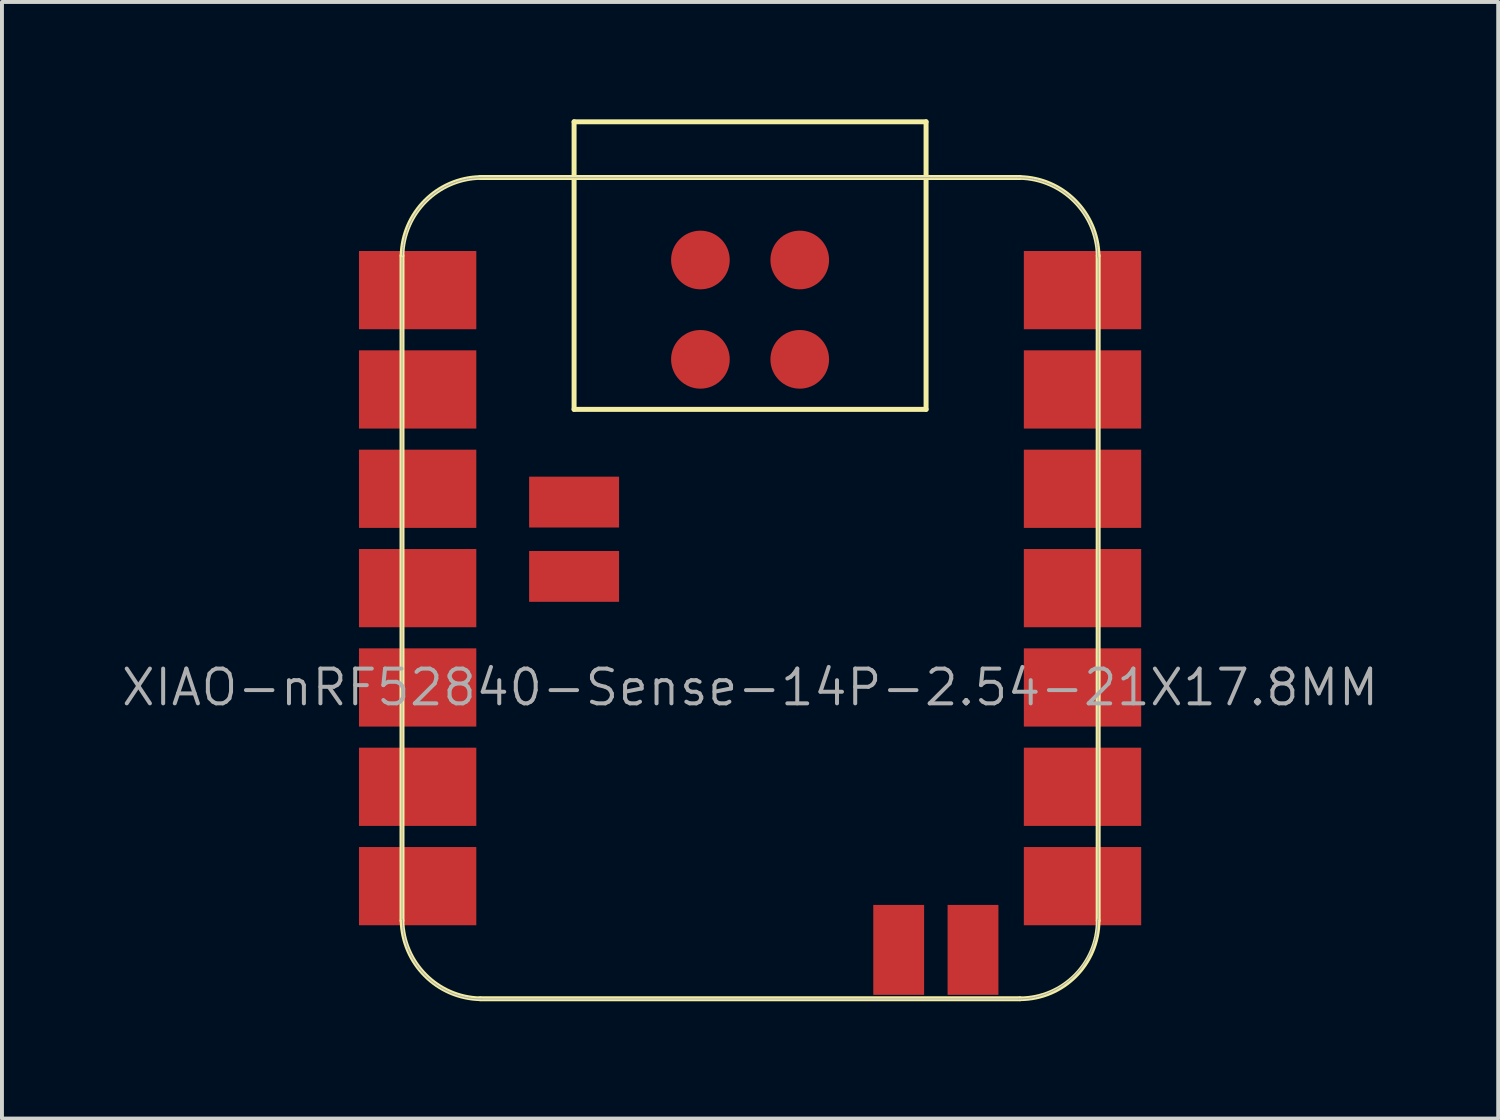
<source format=kicad_pcb>
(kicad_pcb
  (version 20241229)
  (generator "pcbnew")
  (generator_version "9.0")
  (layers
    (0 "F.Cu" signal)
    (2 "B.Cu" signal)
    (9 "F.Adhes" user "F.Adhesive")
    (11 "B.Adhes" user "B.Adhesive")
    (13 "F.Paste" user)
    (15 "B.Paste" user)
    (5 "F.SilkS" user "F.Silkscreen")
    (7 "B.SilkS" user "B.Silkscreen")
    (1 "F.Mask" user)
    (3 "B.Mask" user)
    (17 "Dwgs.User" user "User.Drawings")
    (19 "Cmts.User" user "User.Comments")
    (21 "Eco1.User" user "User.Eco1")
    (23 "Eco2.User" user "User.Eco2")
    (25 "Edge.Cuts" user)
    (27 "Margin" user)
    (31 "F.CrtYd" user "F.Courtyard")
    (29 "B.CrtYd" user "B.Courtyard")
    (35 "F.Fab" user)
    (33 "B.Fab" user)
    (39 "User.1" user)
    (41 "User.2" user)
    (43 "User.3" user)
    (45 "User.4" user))
  (footprint "XIAO-nRF52840-Sense-14P-2.54-21X17.8MM"
    (layer "F.Cu")
    (at 16.129 11.988)
    (property "Reference" "XIAO-nRF52840-Sense-14P-2.54-21X17.8MM" (at 0 2.54 180) (layer "F.Fab") (effects (font (size 0.889 0.889) (thickness 0.102))))
    (attr smd exclude_from_bom)
    (fp_line (start -8.9 -8.5) (end -8.9 8.5) (stroke (width 0.127) (type solid)) (layer "F.SilkS"))
    (fp_line (start -6.9 10.5) (end 6.9 10.5) (stroke (width 0.127) (type solid)) (layer "F.SilkS"))
    (fp_line (start -4.5 -11.924) (end 4.5 -11.924) (stroke (width 0.127) (type solid)) (layer "F.SilkS"))
    (fp_line (start -4.5 -4.571) (end -4.5 -11.924) (stroke (width 0.127) (type solid)) (layer "F.SilkS"))
    (fp_line (start 4.5 -11.924) (end 4.5 -4.571) (stroke (width 0.127) (type solid)) (layer "F.SilkS"))
    (fp_line (start 4.5 -4.571) (end -4.5 -4.571) (stroke (width 0.127) (type solid)) (layer "F.SilkS"))
    (fp_line (start 6.9 -10.499) (end -6.9 -10.499) (stroke (width 0.127) (type solid)) (layer "F.SilkS"))
    (fp_line (start 8.9 8.5) (end 8.9 -8.5) (stroke (width 0.127) (type solid)) (layer "F.SilkS"))
    (fp_arc (start -8.9 -8.5) (mid -8.301491 -9.901495) (end -6.899998 -10.500006) (stroke (width 0.12) (type solid)) (layer "F.SilkS"))
    (fp_arc (start -6.900001 10.499999) (mid -8.301423 9.901422) (end -8.900002 8.5) (stroke (width 0.12) (type solid)) (layer "F.SilkS"))
    (fp_arc (start 6.900001 -10.499999) (mid 8.301494 -9.901493) (end 8.900002 -8.5) (stroke (width 0.12) (type solid)) (layer "F.SilkS"))
    (fp_arc (start 8.9 8.5) (mid 8.31421 9.914211) (end 6.899998 10.500006) (stroke (width 0.12) (type solid)) (layer "F.SilkS"))
    (fp_poly (pts (xy -8.888 -8.562) (xy -8.885 -8.61) (xy -8.881 -8.659)) (stroke (width 0.025) (type solid)) (fill no) (layer "F.SilkS"))
    (fp_poly (pts (xy 8.889 8.522) (xy 8.888 8.571) (xy 8.885 8.62) (xy 8.881 8.669) (xy 8.875 8.717) (xy 8.869 8.766) (xy 8.861 8.815) (xy 8.852 8.863) (xy 8.842 8.911)) (stroke (width 0.025) (type solid)) (fill no) (layer "F.SilkS"))
    (fp_line (start -8.9 -8.463) (end -8.9 8.473) (stroke (width 0.025) (type solid)) (layer "F.Fab"))
    (fp_line (start -8.89 8.473) (end -8.889 8.522) (stroke (width 0.025) (type solid)) (layer "F.Fab"))
    (fp_line (start -8.889 8.522) (end -8.888 8.571) (stroke (width 0.025) (type solid)) (layer "F.Fab"))
    (fp_line (start -8.888 -8.562) (end -8.889 -8.512) (stroke (width 0.025) (type solid)) (layer "F.Fab"))
    (fp_line (start -8.888 8.571) (end -8.885 8.62) (stroke (width 0.025) (type solid)) (layer "F.Fab"))
    (fp_line (start -8.885 8.62) (end -8.881 8.669) (stroke (width 0.025) (type solid)) (layer "F.Fab"))
    (fp_line (start -8.885 -8.61) (end -8.888 -8.562) (stroke (width 0.025) (type solid)) (layer "F.Fab"))
    (fp_line (start -8.881 -8.659) (end -8.885 -8.61) (stroke (width 0.025) (type solid)) (layer "F.Fab"))
    (fp_line (start -8.881 8.669) (end -8.875 8.717) (stroke (width 0.025) (type solid)) (layer "F.Fab"))
    (fp_line (start -8.875 -8.708) (end -8.881 -8.659) (stroke (width 0.025) (type solid)) (layer "F.Fab"))
    (fp_line (start -8.875 8.717) (end -8.869 8.766) (stroke (width 0.025) (type solid)) (layer "F.Fab"))
    (fp_line (start -8.869 -8.757) (end -8.875 -8.708) (stroke (width 0.025) (type solid)) (layer "F.Fab"))
    (fp_line (start -8.869 8.766) (end -8.861 8.815) (stroke (width 0.025) (type solid)) (layer "F.Fab"))
    (fp_line (start -8.861 -8.806) (end -8.869 -8.757) (stroke (width 0.025) (type solid)) (layer "F.Fab"))
    (fp_line (start -8.861 8.815) (end -8.852 8.863) (stroke (width 0.025) (type solid)) (layer "F.Fab"))
    (fp_line (start -8.852 8.863) (end -8.842 8.911) (stroke (width 0.025) (type solid)) (layer "F.Fab"))
    (fp_line (start -8.852 -8.854) (end -8.861 -8.806) (stroke (width 0.025) (type solid)) (layer "F.Fab"))
    (fp_line (start -8.842 -8.902) (end -8.852 -8.854) (stroke (width 0.025) (type solid)) (layer "F.Fab"))
    (fp_line (start -8.842 8.911) (end -8.831 8.959) (stroke (width 0.025) (type solid)) (layer "F.Fab"))
    (fp_line (start -8.831 -8.95) (end -8.842 -8.902) (stroke (width 0.025) (type solid)) (layer "F.Fab"))
    (fp_line (start -8.831 8.959) (end -8.819 9.006) (stroke (width 0.025) (type solid)) (layer "F.Fab"))
    (fp_line (start -8.819 9.006) (end -8.805 9.054) (stroke (width 0.025) (type solid)) (layer "F.Fab"))
    (fp_line (start -8.819 -8.997) (end -8.831 -8.95) (stroke (width 0.025) (type solid)) (layer "F.Fab"))
    (fp_line (start -8.805 -9.045) (end -8.819 -8.997) (stroke (width 0.025) (type solid)) (layer "F.Fab"))
    (fp_line (start -8.805 9.054) (end -8.79 9.1) (stroke (width 0.025) (type solid)) (layer "F.Fab"))
    (fp_line (start -8.79 -9.091) (end -8.805 -9.045) (stroke (width 0.025) (type solid)) (layer "F.Fab"))
    (fp_line (start -8.79 9.1) (end -8.775 9.147) (stroke (width 0.025) (type solid)) (layer "F.Fab"))
    (fp_line (start -8.775 -9.138) (end -8.79 -9.091) (stroke (width 0.025) (type solid)) (layer "F.Fab"))
    (fp_line (start -8.775 9.147) (end -8.758 9.193) (stroke (width 0.025) (type solid)) (layer "F.Fab"))
    (fp_line (start -8.758 -9.184) (end -8.775 -9.138) (stroke (width 0.025) (type solid)) (layer "F.Fab"))
    (fp_line (start -8.758 9.193) (end -8.74 9.239) (stroke (width 0.025) (type solid)) (layer "F.Fab"))
    (fp_line (start -8.74 -9.23) (end -8.758 -9.184) (stroke (width 0.025) (type solid)) (layer "F.Fab"))
    (fp_line (start -8.74 9.239) (end -8.721 9.284) (stroke (width 0.025) (type solid)) (layer "F.Fab"))
    (fp_line (start -8.721 9.284) (end -8.701 9.329) (stroke (width 0.025) (type solid)) (layer "F.Fab"))
    (fp_line (start -8.721 -9.275) (end -8.74 -9.23) (stroke (width 0.025) (type solid)) (layer "F.Fab"))
    (fp_line (start -8.701 -9.32) (end -8.721 -9.275) (stroke (width 0.025) (type solid)) (layer "F.Fab"))
    (fp_line (start -8.701 9.329) (end -8.679 9.373) (stroke (width 0.025) (type solid)) (layer "F.Fab"))
    (fp_line (start -8.679 -9.364) (end -8.701 -9.32) (stroke (width 0.025) (type solid)) (layer "F.Fab"))
    (fp_line (start -8.679 9.373) (end -8.657 9.417) (stroke (width 0.025) (type solid)) (layer "F.Fab"))
    (fp_line (start -8.657 -9.408) (end -8.679 -9.364) (stroke (width 0.025) (type solid)) (layer "F.Fab"))
    (fp_line (start -8.657 9.417) (end -8.634 9.46) (stroke (width 0.025) (type solid)) (layer "F.Fab"))
    (fp_line (start -8.634 9.46) (end -8.61 9.503) (stroke (width 0.025) (type solid)) (layer "F.Fab"))
    (fp_line (start -8.634 -9.451) (end -8.657 -9.408) (stroke (width 0.025) (type solid)) (layer "F.Fab"))
    (fp_line (start -8.61 -9.494) (end -8.634 -9.451) (stroke (width 0.025) (type solid)) (layer "F.Fab"))
    (fp_line (start -8.61 9.503) (end -8.584 9.545) (stroke (width 0.025) (type solid)) (layer "F.Fab"))
    (fp_line (start -8.584 -9.536) (end -8.61 -9.494) (stroke (width 0.025) (type solid)) (layer "F.Fab"))
    (fp_line (start -8.584 9.545) (end -8.558 9.586) (stroke (width 0.025) (type solid)) (layer "F.Fab"))
    (fp_line (start -8.558 -9.577) (end -8.584 -9.536) (stroke (width 0.025) (type solid)) (layer "F.Fab"))
    (fp_line (start -8.558 9.586) (end -8.53 9.627) (stroke (width 0.025) (type solid)) (layer "F.Fab"))
    (fp_line (start -8.53 9.627) (end -8.502 9.667) (stroke (width 0.025) (type solid)) (layer "F.Fab"))
    (fp_line (start -8.53 -9.618) (end -8.558 -9.577) (stroke (width 0.025) (type solid)) (layer "F.Fab"))
    (fp_line (start -8.502 9.667) (end -8.473 9.706) (stroke (width 0.025) (type solid)) (layer "F.Fab"))
    (fp_line (start -8.502 -9.658) (end -8.53 -9.618) (stroke (width 0.025) (type solid)) (layer "F.Fab"))
    (fp_line (start -8.473 9.706) (end -8.442 9.745) (stroke (width 0.025) (type solid)) (layer "F.Fab"))
    (fp_line (start -8.473 -9.697) (end -8.502 -9.658) (stroke (width 0.025) (type solid)) (layer "F.Fab"))
    (fp_line (start -8.442 -9.736) (end -8.473 -9.697) (stroke (width 0.025) (type solid)) (layer "F.Fab"))
    (fp_line (start -8.442 9.745) (end -8.411 9.783) (stroke (width 0.025) (type solid)) (layer "F.Fab"))
    (fp_line (start -8.411 -9.774) (end -8.442 -9.736) (stroke (width 0.025) (type solid)) (layer "F.Fab"))
    (fp_line (start -8.411 9.783) (end -8.379 9.82) (stroke (width 0.025) (type solid)) (layer "F.Fab"))
    (fp_line (start -8.379 -9.811) (end -8.411 -9.774) (stroke (width 0.025) (type solid)) (layer "F.Fab"))
    (fp_line (start -8.379 9.82) (end -8.346 9.856) (stroke (width 0.025) (type solid)) (layer "F.Fab"))
    (fp_line (start -8.346 -9.847) (end -8.379 -9.811) (stroke (width 0.025) (type solid)) (layer "F.Fab"))
    (fp_line (start -8.346 9.856) (end -8.312 9.892) (stroke (width 0.025) (type solid)) (layer "F.Fab"))
    (fp_line (start -8.312 -9.883) (end -8.346 -9.847) (stroke (width 0.025) (type solid)) (layer "F.Fab"))
    (fp_line (start -8.312 9.892) (end -8.277 9.927) (stroke (width 0.025) (type solid)) (layer "F.Fab"))
    (fp_line (start -8.277 9.927) (end -8.242 9.96) (stroke (width 0.025) (type solid)) (layer "F.Fab"))
    (fp_line (start -8.277 -9.918) (end -8.312 -9.883) (stroke (width 0.025) (type solid)) (layer "F.Fab"))
    (fp_line (start -8.242 9.96) (end -8.205 9.994) (stroke (width 0.025) (type solid)) (layer "F.Fab"))
    (fp_line (start -8.242 -9.951) (end -8.277 -9.918) (stroke (width 0.025) (type solid)) (layer "F.Fab"))
    (fp_line (start -8.205 9.994) (end -8.168 10.026) (stroke (width 0.025) (type solid)) (layer "F.Fab"))
    (fp_line (start -8.205 -9.984) (end -8.242 -9.951) (stroke (width 0.025) (type solid)) (layer "F.Fab"))
    (fp_line (start -8.168 -10.017) (end -8.205 -9.984) (stroke (width 0.025) (type solid)) (layer "F.Fab"))
    (fp_line (start -8.168 10.026) (end -8.13 10.057) (stroke (width 0.025) (type solid)) (layer "F.Fab"))
    (fp_line (start -8.13 -10.048) (end -8.168 -10.017) (stroke (width 0.025) (type solid)) (layer "F.Fab"))
    (fp_line (start -8.13 10.057) (end -8.092 10.087) (stroke (width 0.025) (type solid)) (layer "F.Fab"))
    (fp_line (start -8.092 10.087) (end -8.052 10.116) (stroke (width 0.025) (type solid)) (layer "F.Fab"))
    (fp_line (start -8.092 -10.078) (end -8.13 -10.048) (stroke (width 0.025) (type solid)) (layer "F.Fab"))
    (fp_line (start -8.052 10.116) (end -8.012 10.145) (stroke (width 0.025) (type solid)) (layer "F.Fab"))
    (fp_line (start -8.052 -10.107) (end -8.092 -10.078) (stroke (width 0.025) (type solid)) (layer "F.Fab"))
    (fp_line (start -8.012 10.145) (end -7.972 10.172) (stroke (width 0.025) (type solid)) (layer "F.Fab"))
    (fp_line (start -8.012 -10.136) (end -8.052 -10.107) (stroke (width 0.025) (type solid)) (layer "F.Fab"))
    (fp_line (start -7.972 -10.163) (end -8.012 -10.136) (stroke (width 0.025) (type solid)) (layer "F.Fab"))
    (fp_line (start -7.972 10.172) (end -7.93 10.199) (stroke (width 0.025) (type solid)) (layer "F.Fab"))
    (fp_line (start -7.93 -10.19) (end -7.972 -10.163) (stroke (width 0.025) (type solid)) (layer "F.Fab"))
    (fp_line (start -7.93 10.199) (end -7.888 10.224) (stroke (width 0.025) (type solid)) (layer "F.Fab"))
    (fp_line (start -7.888 -10.215) (end -7.93 -10.19) (stroke (width 0.025) (type solid)) (layer "F.Fab"))
    (fp_line (start -7.888 10.224) (end -7.846 10.249) (stroke (width 0.025) (type solid)) (layer "F.Fab"))
    (fp_line (start -7.846 10.249) (end -7.802 10.272) (stroke (width 0.025) (type solid)) (layer "F.Fab"))
    (fp_line (start -7.846 -10.239) (end -7.888 -10.215) (stroke (width 0.025) (type solid)) (layer "F.Fab"))
    (fp_line (start -7.802 10.272) (end -7.759 10.294) (stroke (width 0.025) (type solid)) (layer "F.Fab"))
    (fp_line (start -7.802 -10.263) (end -7.846 -10.239) (stroke (width 0.025) (type solid)) (layer "F.Fab"))
    (fp_line (start -7.759 -10.285) (end -7.802 -10.263) (stroke (width 0.025) (type solid)) (layer "F.Fab"))
    (fp_line (start -7.759 10.294) (end -7.714 10.315) (stroke (width 0.025) (type solid)) (layer "F.Fab"))
    (fp_line (start -7.714 -10.306) (end -7.759 -10.285) (stroke (width 0.025) (type solid)) (layer "F.Fab"))
    (fp_line (start -7.714 10.315) (end -7.67 10.335) (stroke (width 0.025) (type solid)) (layer "F.Fab"))
    (fp_line (start -7.67 -10.326) (end -7.714 -10.306) (stroke (width 0.025) (type solid)) (layer "F.Fab"))
    (fp_line (start -7.67 10.335) (end -7.624 10.354) (stroke (width 0.025) (type solid)) (layer "F.Fab"))
    (fp_line (start -7.624 10.354) (end -7.579 10.372) (stroke (width 0.025) (type solid)) (layer "F.Fab"))
    (fp_line (start -7.624 -10.345) (end -7.67 -10.326) (stroke (width 0.025) (type solid)) (layer "F.Fab"))
    (fp_line (start -7.579 -10.363) (end -7.624 -10.345) (stroke (width 0.025) (type solid)) (layer "F.Fab"))
    (fp_line (start -7.579 10.372) (end -7.532 10.389) (stroke (width 0.025) (type solid)) (layer "F.Fab"))
    (fp_line (start -7.532 -10.38) (end -7.579 -10.363) (stroke (width 0.025) (type solid)) (layer "F.Fab"))
    (fp_line (start -7.532 10.389) (end -7.486 10.405) (stroke (width 0.025) (type solid)) (layer "F.Fab"))
    (fp_line (start -7.486 10.405) (end -7.439 10.42) (stroke (width 0.025) (type solid)) (layer "F.Fab"))
    (fp_line (start -7.486 -10.396) (end -7.532 -10.38) (stroke (width 0.025) (type solid)) (layer "F.Fab"))
    (fp_line (start -7.439 10.42) (end -7.392 10.433) (stroke (width 0.025) (type solid)) (layer "F.Fab"))
    (fp_line (start -7.439 -10.411) (end -7.486 -10.396) (stroke (width 0.025) (type solid)) (layer "F.Fab"))
    (fp_line (start -7.392 -10.424) (end -7.439 -10.411) (stroke (width 0.025) (type solid)) (layer "F.Fab"))
    (fp_line (start -7.392 10.433) (end -7.344 10.446) (stroke (width 0.025) (type solid)) (layer "F.Fab"))
    (fp_line (start -7.344 -10.436) (end -7.392 -10.424) (stroke (width 0.025) (type solid)) (layer "F.Fab"))
    (fp_line (start -7.344 10.446) (end -7.296 10.457) (stroke (width 0.025) (type solid)) (layer "F.Fab"))
    (fp_line (start -7.296 10.457) (end -7.248 10.467) (stroke (width 0.025) (type solid)) (layer "F.Fab"))
    (fp_line (start -7.296 -10.448) (end -7.344 -10.436) (stroke (width 0.025) (type solid)) (layer "F.Fab"))
    (fp_line (start -7.248 10.467) (end -7.2 10.476) (stroke (width 0.025) (type solid)) (layer "F.Fab"))
    (fp_line (start -7.248 -10.458) (end -7.296 -10.448) (stroke (width 0.025) (type solid)) (layer "F.Fab"))
    (fp_line (start -7.2 -10.466) (end -7.248 -10.458) (stroke (width 0.025) (type solid)) (layer "F.Fab"))
    (fp_line (start -7.2 10.476) (end -7.152 10.483) (stroke (width 0.025) (type solid)) (layer "F.Fab"))
    (fp_line (start -7.152 -10.474) (end -7.2 -10.466) (stroke (width 0.025) (type solid)) (layer "F.Fab"))
    (fp_line (start -7.152 10.483) (end -7.103 10.49) (stroke (width 0.025) (type solid)) (layer "F.Fab"))
    (fp_line (start -7.103 -10.481) (end -7.152 -10.474) (stroke (width 0.025) (type solid)) (layer "F.Fab"))
    (fp_line (start -7.103 10.49) (end -7.054 10.495) (stroke (width 0.025) (type solid)) (layer "F.Fab"))
    (fp_line (start -7.054 10.495) (end -7.005 10.499) (stroke (width 0.025) (type solid)) (layer "F.Fab"))
    (fp_line (start -7.054 -10.486) (end -7.103 -10.481) (stroke (width 0.025) (type solid)) (layer "F.Fab"))
    (fp_line (start -7.005 10.499) (end -6.956 10.502) (stroke (width 0.025) (type solid)) (layer "F.Fab"))
    (fp_line (start -7.005 -10.49) (end -7.054 -10.486) (stroke (width 0.025) (type solid)) (layer "F.Fab"))
    (fp_line (start -6.956 10.502) (end -6.907 10.504) (stroke (width 0.025) (type solid)) (layer "F.Fab"))
    (fp_line (start -6.956 -10.493) (end -7.005 -10.49) (stroke (width 0.025) (type solid)) (layer "F.Fab"))
    (fp_line (start -6.907 10.504) (end -6.858 10.505) (stroke (width 0.025) (type solid)) (layer "F.Fab"))
    (fp_line (start -6.907 -10.495) (end -6.956 -10.493) (stroke (width 0.025) (type solid)) (layer "F.Fab"))
    (fp_line (start -6.858 -10.495) (end -6.907 -10.495) (stroke (width 0.025) (type solid)) (layer "F.Fab"))
    (fp_line (start -6.858 10.505) (end 6.858 10.505) (stroke (width 0.025) (type solid)) (layer "F.Fab"))
    (fp_line (start 6.858 10.505) (end 6.907 10.504) (stroke (width 0.025) (type solid)) (layer "F.Fab"))
    (fp_line (start 6.858 -10.495) (end -6.858 -10.495) (stroke (width 0.025) (type solid)) (layer "F.Fab"))
    (fp_line (start 6.907 -10.495) (end 6.858 -10.495) (stroke (width 0.025) (type solid)) (layer "F.Fab"))
    (fp_line (start 6.907 10.504) (end 6.956 10.502) (stroke (width 0.025) (type solid)) (layer "F.Fab"))
    (fp_line (start 6.956 10.502) (end 7.005 10.499) (stroke (width 0.025) (type solid)) (layer "F.Fab"))
    (fp_line (start 6.956 -10.493) (end 6.907 -10.495) (stroke (width 0.025) (type solid)) (layer "F.Fab"))
    (fp_line (start 7.005 10.499) (end 7.054 10.495) (stroke (width 0.025) (type solid)) (layer "F.Fab"))
    (fp_line (start 7.005 -10.49) (end 6.956 -10.493) (stroke (width 0.025) (type solid)) (layer "F.Fab"))
    (fp_line (start 7.054 10.495) (end 7.103 10.49) (stroke (width 0.025) (type solid)) (layer "F.Fab"))
    (fp_line (start 7.054 -10.486) (end 7.005 -10.49) (stroke (width 0.025) (type solid)) (layer "F.Fab"))
    (fp_line (start 7.103 -10.481) (end 7.054 -10.486) (stroke (width 0.025) (type solid)) (layer "F.Fab"))
    (fp_line (start 7.103 10.49) (end 7.152 10.483) (stroke (width 0.025) (type solid)) (layer "F.Fab"))
    (fp_line (start 7.152 -10.474) (end 7.103 -10.481) (stroke (width 0.025) (type solid)) (layer "F.Fab"))
    (fp_line (start 7.152 10.483) (end 7.2 10.476) (stroke (width 0.025) (type solid)) (layer "F.Fab"))
    (fp_line (start 7.2 10.476) (end 7.248 10.467) (stroke (width 0.025) (type solid)) (layer "F.Fab"))
    (fp_line (start 7.2 -10.466) (end 7.152 -10.474) (stroke (width 0.025) (type solid)) (layer "F.Fab"))
    (fp_line (start 7.248 -10.458) (end 7.2 -10.466) (stroke (width 0.025) (type solid)) (layer "F.Fab"))
    (fp_line (start 7.248 10.467) (end 7.296 10.457) (stroke (width 0.025) (type solid)) (layer "F.Fab"))
    (fp_line (start 7.296 10.457) (end 7.344 10.446) (stroke (width 0.025) (type solid)) (layer "F.Fab"))
    (fp_line (start 7.296 -10.448) (end 7.248 -10.458) (stroke (width 0.025) (type solid)) (layer "F.Fab"))
    (fp_line (start 7.344 -10.436) (end 7.296 -10.448) (stroke (width 0.025) (type solid)) (layer "F.Fab"))
    (fp_line (start 7.344 10.446) (end 7.392 10.433) (stroke (width 0.025) (type solid)) (layer "F.Fab"))
    (fp_line (start 7.392 10.433) (end 7.439 10.42) (stroke (width 0.025) (type solid)) (layer "F.Fab"))
    (fp_line (start 7.392 -10.424) (end 7.344 -10.436) (stroke (width 0.025) (type solid)) (layer "F.Fab"))
    (fp_line (start 7.439 10.42) (end 7.486 10.405) (stroke (width 0.025) (type solid)) (layer "F.Fab"))
    (fp_line (start 7.439 -10.411) (end 7.392 -10.424) (stroke (width 0.025) (type solid)) (layer "F.Fab"))
    (fp_line (start 7.486 10.405) (end 7.532 10.389) (stroke (width 0.025) (type solid)) (layer "F.Fab"))
    (fp_line (start 7.486 -10.396) (end 7.439 -10.411) (stroke (width 0.025) (type solid)) (layer "F.Fab"))
    (fp_line (start 7.532 10.389) (end 7.579 10.372) (stroke (width 0.025) (type solid)) (layer "F.Fab"))
    (fp_line (start 7.532 -10.38) (end 7.486 -10.396) (stroke (width 0.025) (type solid)) (layer "F.Fab"))
    (fp_line (start 7.579 10.372) (end 7.624 10.354) (stroke (width 0.025) (type solid)) (layer "F.Fab"))
    (fp_line (start 7.579 -10.363) (end 7.532 -10.38) (stroke (width 0.025) (type solid)) (layer "F.Fab"))
    (fp_line (start 7.624 10.354) (end 7.67 10.335) (stroke (width 0.025) (type solid)) (layer "F.Fab"))
    (fp_line (start 7.624 -10.345) (end 7.579 -10.363) (stroke (width 0.025) (type solid)) (layer "F.Fab"))
    (fp_line (start 7.67 -10.326) (end 7.624 -10.345) (stroke (width 0.025) (type solid)) (layer "F.Fab"))
    (fp_line (start 7.67 10.335) (end 7.714 10.315) (stroke (width 0.025) (type solid)) (layer "F.Fab"))
    (fp_line (start 7.714 10.315) (end 7.759 10.294) (stroke (width 0.025) (type solid)) (layer "F.Fab"))
    (fp_line (start 7.714 -10.306) (end 7.67 -10.326) (stroke (width 0.025) (type solid)) (layer "F.Fab"))
    (fp_line (start 7.759 10.294) (end 7.802 10.272) (stroke (width 0.025) (type solid)) (layer "F.Fab"))
    (fp_line (start 7.759 -10.285) (end 7.714 -10.306) (stroke (width 0.025) (type solid)) (layer "F.Fab"))
    (fp_line (start 7.802 -10.263) (end 7.759 -10.285) (stroke (width 0.025) (type solid)) (layer "F.Fab"))
    (fp_line (start 7.802 10.272) (end 7.846 10.249) (stroke (width 0.025) (type solid)) (layer "F.Fab"))
    (fp_line (start 7.846 -10.239) (end 7.802 -10.263) (stroke (width 0.025) (type solid)) (layer "F.Fab"))
    (fp_line (start 7.846 10.249) (end 7.888 10.224) (stroke (width 0.025) (type solid)) (layer "F.Fab"))
    (fp_line (start 7.888 -10.215) (end 7.846 -10.239) (stroke (width 0.025) (type solid)) (layer "F.Fab"))
    (fp_line (start 7.888 10.224) (end 7.93 10.199) (stroke (width 0.025) (type solid)) (layer "F.Fab"))
    (fp_line (start 7.93 -10.19) (end 7.888 -10.215) (stroke (width 0.025) (type solid)) (layer "F.Fab"))
    (fp_line (start 7.93 10.199) (end 7.972 10.172) (stroke (width 0.025) (type solid)) (layer "F.Fab"))
    (fp_line (start 7.972 -10.163) (end 7.93 -10.19) (stroke (width 0.025) (type solid)) (layer "F.Fab"))
    (fp_line (start 7.972 10.172) (end 8.012 10.145) (stroke (width 0.025) (type solid)) (layer "F.Fab"))
    (fp_line (start 8.012 -10.136) (end 7.972 -10.163) (stroke (width 0.025) (type solid)) (layer "F.Fab"))
    (fp_line (start 8.012 10.145) (end 8.052 10.116) (stroke (width 0.025) (type solid)) (layer "F.Fab"))
    (fp_line (start 8.052 10.116) (end 8.092 10.087) (stroke (width 0.025) (type solid)) (layer "F.Fab"))
    (fp_line (start 8.052 -10.107) (end 8.012 -10.136) (stroke (width 0.025) (type solid)) (layer "F.Fab"))
    (fp_line (start 8.092 -10.078) (end 8.052 -10.107) (stroke (width 0.025) (type solid)) (layer "F.Fab"))
    (fp_line (start 8.092 10.087) (end 8.13 10.057) (stroke (width 0.025) (type solid)) (layer "F.Fab"))
    (fp_line (start 8.13 10.057) (end 8.168 10.026) (stroke (width 0.025) (type solid)) (layer "F.Fab"))
    (fp_line (start 8.13 -10.048) (end 8.092 -10.078) (stroke (width 0.025) (type solid)) (layer "F.Fab"))
    (fp_line (start 8.168 10.026) (end 8.205 9.993) (stroke (width 0.025) (type solid)) (layer "F.Fab"))
    (fp_line (start 8.168 -10.017) (end 8.13 -10.048) (stroke (width 0.025) (type solid)) (layer "F.Fab"))
    (fp_line (start 8.205 -9.984) (end 8.168 -10.017) (stroke (width 0.025) (type solid)) (layer "F.Fab"))
    (fp_line (start 8.205 9.993) (end 8.242 9.96) (stroke (width 0.025) (type solid)) (layer "F.Fab"))
    (fp_line (start 8.242 9.96) (end 8.277 9.927) (stroke (width 0.025) (type solid)) (layer "F.Fab"))
    (fp_line (start 8.242 -9.951) (end 8.205 -9.984) (stroke (width 0.025) (type solid)) (layer "F.Fab"))
    (fp_line (start 8.277 -9.918) (end 8.242 -9.951) (stroke (width 0.025) (type solid)) (layer "F.Fab"))
    (fp_line (start 8.277 9.927) (end 8.312 9.892) (stroke (width 0.025) (type solid)) (layer "F.Fab"))
    (fp_line (start 8.312 9.892) (end 8.346 9.856) (stroke (width 0.025) (type solid)) (layer "F.Fab"))
    (fp_line (start 8.312 -9.883) (end 8.277 -9.918) (stroke (width 0.025) (type solid)) (layer "F.Fab"))
    (fp_line (start 8.346 -9.847) (end 8.312 -9.883) (stroke (width 0.025) (type solid)) (layer "F.Fab"))
    (fp_line (start 8.346 9.856) (end 8.379 9.82) (stroke (width 0.025) (type solid)) (layer "F.Fab"))
    (fp_line (start 8.379 9.82) (end 8.411 9.783) (stroke (width 0.025) (type solid)) (layer "F.Fab"))
    (fp_line (start 8.379 -9.811) (end 8.346 -9.847) (stroke (width 0.025) (type solid)) (layer "F.Fab"))
    (fp_line (start 8.411 -9.774) (end 8.379 -9.811) (stroke (width 0.025) (type solid)) (layer "F.Fab"))
    (fp_line (start 8.411 9.783) (end 8.442 9.745) (stroke (width 0.025) (type solid)) (layer "F.Fab"))
    (fp_line (start 8.442 9.745) (end 8.473 9.706) (stroke (width 0.025) (type solid)) (layer "F.Fab"))
    (fp_line (start 8.442 -9.736) (end 8.411 -9.774) (stroke (width 0.025) (type solid)) (layer "F.Fab"))
    (fp_line (start 8.473 9.706) (end 8.502 9.667) (stroke (width 0.025) (type solid)) (layer "F.Fab"))
    (fp_line (start 8.473 -9.697) (end 8.442 -9.736) (stroke (width 0.025) (type solid)) (layer "F.Fab"))
    (fp_line (start 8.502 9.667) (end 8.53 9.627) (stroke (width 0.025) (type solid)) (layer "F.Fab"))
    (fp_line (start 8.502 -9.658) (end 8.473 -9.697) (stroke (width 0.025) (type solid)) (layer "F.Fab"))
    (fp_line (start 8.53 -9.618) (end 8.502 -9.658) (stroke (width 0.025) (type solid)) (layer "F.Fab"))
    (fp_line (start 8.53 9.627) (end 8.558 9.586) (stroke (width 0.025) (type solid)) (layer "F.Fab"))
    (fp_line (start 8.558 9.586) (end 8.584 9.545) (stroke (width 0.025) (type solid)) (layer "F.Fab"))
    (fp_line (start 8.558 -9.577) (end 8.53 -9.618) (stroke (width 0.025) (type solid)) (layer "F.Fab"))
    (fp_line (start 8.584 -9.536) (end 8.558 -9.577) (stroke (width 0.025) (type solid)) (layer "F.Fab"))
    (fp_line (start 8.584 9.545) (end 8.61 9.503) (stroke (width 0.025) (type solid)) (layer "F.Fab"))
    (fp_line (start 8.61 -9.494) (end 8.584 -9.536) (stroke (width 0.025) (type solid)) (layer "F.Fab"))
    (fp_line (start 8.61 9.503) (end 8.634 9.46) (stroke (width 0.025) (type solid)) (layer "F.Fab"))
    (fp_line (start 8.634 -9.451) (end 8.61 -9.494) (stroke (width 0.025) (type solid)) (layer "F.Fab"))
    (fp_line (start 8.634 9.46) (end 8.657 9.417) (stroke (width 0.025) (type solid)) (layer "F.Fab"))
    (fp_line (start 8.657 -9.408) (end 8.634 -9.451) (stroke (width 0.025) (type solid)) (layer "F.Fab"))
    (fp_line (start 8.657 9.417) (end 8.679 9.373) (stroke (width 0.025) (type solid)) (layer "F.Fab"))
    (fp_line (start 8.679 -9.364) (end 8.657 -9.408) (stroke (width 0.025) (type solid)) (layer "F.Fab"))
    (fp_line (start 8.679 9.373) (end 8.701 9.329) (stroke (width 0.025) (type solid)) (layer "F.Fab"))
    (fp_line (start 8.701 -9.32) (end 8.679 -9.364) (stroke (width 0.025) (type solid)) (layer "F.Fab"))
    (fp_line (start 8.701 9.329) (end 8.721 9.284) (stroke (width 0.025) (type solid)) (layer "F.Fab"))
    (fp_line (start 8.721 9.284) (end 8.74 9.239) (stroke (width 0.025) (type solid)) (layer "F.Fab"))
    (fp_line (start 8.721 -9.275) (end 8.701 -9.32) (stroke (width 0.025) (type solid)) (layer "F.Fab"))
    (fp_line (start 8.74 -9.23) (end 8.721 -9.275) (stroke (width 0.025) (type solid)) (layer "F.Fab"))
    (fp_line (start 8.74 9.239) (end 8.758 9.193) (stroke (width 0.025) (type solid)) (layer "F.Fab"))
    (fp_line (start 8.758 -9.184) (end 8.74 -9.23) (stroke (width 0.025) (type solid)) (layer "F.Fab"))
    (fp_line (start 8.758 9.193) (end 8.775 9.147) (stroke (width 0.025) (type solid)) (layer "F.Fab"))
    (fp_line (start 8.775 9.147) (end 8.79 9.1) (stroke (width 0.025) (type solid)) (layer "F.Fab"))
    (fp_line (start 8.775 -9.138) (end 8.758 -9.184) (stroke (width 0.025) (type solid)) (layer "F.Fab"))
    (fp_line (start 8.79 -9.091) (end 8.775 -9.138) (stroke (width 0.025) (type solid)) (layer "F.Fab"))
    (fp_line (start 8.79 9.1) (end 8.805 9.054) (stroke (width 0.025) (type solid)) (layer "F.Fab"))
    (fp_line (start 8.805 9.054) (end 8.819 9.006) (stroke (width 0.025) (type solid)) (layer "F.Fab"))
    (fp_line (start 8.805 -9.045) (end 8.79 -9.091) (stroke (width 0.025) (type solid)) (layer "F.Fab"))
    (fp_line (start 8.819 9.006) (end 8.831 8.959) (stroke (width 0.025) (type solid)) (layer "F.Fab"))
    (fp_line (start 8.819 -8.997) (end 8.805 -9.045) (stroke (width 0.025) (type solid)) (layer "F.Fab"))
    (fp_line (start 8.831 -8.95) (end 8.819 -8.997) (stroke (width 0.025) (type solid)) (layer "F.Fab"))
    (fp_line (start 8.831 8.959) (end 8.842 8.911) (stroke (width 0.025) (type solid)) (layer "F.Fab"))
    (fp_line (start 8.842 8.911) (end 8.852 8.863) (stroke (width 0.025) (type solid)) (layer "F.Fab"))
    (fp_line (start 8.842 -8.902) (end 8.831 -8.95) (stroke (width 0.025) (type solid)) (layer "F.Fab"))
    (fp_line (start 8.852 8.863) (end 8.861 8.815) (stroke (width 0.025) (type solid)) (layer "F.Fab"))
    (fp_line (start 8.852 -8.854) (end 8.842 -8.902) (stroke (width 0.025) (type solid)) (layer "F.Fab"))
    (fp_line (start 8.861 -8.806) (end 8.852 -8.854) (stroke (width 0.025) (type solid)) (layer "F.Fab"))
    (fp_line (start 8.861 8.815) (end 8.869 8.766) (stroke (width 0.025) (type solid)) (layer "F.Fab"))
    (fp_line (start 8.869 8.766) (end 8.875 8.717) (stroke (width 0.025) (type solid)) (layer "F.Fab"))
    (fp_line (start 8.869 -8.757) (end 8.861 -8.806) (stroke (width 0.025) (type solid)) (layer "F.Fab"))
    (fp_line (start 8.875 -8.708) (end 8.869 -8.757) (stroke (width 0.025) (type solid)) (layer "F.Fab"))
    (fp_line (start 8.875 8.717) (end 8.881 8.669) (stroke (width 0.025) (type solid)) (layer "F.Fab"))
    (fp_line (start 8.881 8.669) (end 8.885 8.62) (stroke (width 0.025) (type solid)) (layer "F.Fab"))
    (fp_line (start 8.881 -8.659) (end 8.875 -8.708) (stroke (width 0.025) (type solid)) (layer "F.Fab"))
    (fp_line (start 8.885 -8.61) (end 8.881 -8.659) (stroke (width 0.025) (type solid)) (layer "F.Fab"))
    (fp_line (start 8.885 8.62) (end 8.888 8.571) (stroke (width 0.025) (type solid)) (layer "F.Fab"))
    (fp_line (start 8.888 -8.562) (end 8.885 -8.61) (stroke (width 0.025) (type solid)) (layer "F.Fab"))
    (fp_line (start 8.888 8.571) (end 8.889 8.522) (stroke (width 0.025) (type solid)) (layer "F.Fab"))
    (fp_line (start 8.889 8.522) (end 8.89 8.473) (stroke (width 0.025) (type solid)) (layer "F.Fab"))
    (fp_line (start 8.889 -8.512) (end 8.888 -8.562) (stroke (width 0.025) (type solid)) (layer "F.Fab"))
    (fp_line (start 8.89 -8.463) (end 8.889 -8.512) (stroke (width 0.025) (type solid)) (layer "F.Fab"))
    (fp_line (start 8.9 8.473) (end 8.9 -8.463) (stroke (width 0.025) (type solid)) (layer "F.Fab"))
    (pad "1" smd rect (at -8.5 -7.62) (size 3 2) (layers "F.Cu" "F.Mask" "F.Paste"))
    (pad "2" smd rect (at -8.5 -5.08) (size 3 2) (layers "F.Cu" "F.Mask" "F.Paste"))
    (pad "3" smd rect (at -8.5 -2.54) (size 3 2) (layers "F.Cu" "F.Mask" "F.Paste"))
    (pad "4" smd rect (at -8.5 -0.000001) (size 3 2) (layers "F.Cu" "F.Mask" "F.Paste"))
    (pad "5" smd rect (at -8.5 2.54) (size 3 2) (layers "F.Cu" "F.Mask" "F.Paste"))
    (pad "6" smd rect (at -8.5 5.08 180) (size 3 2) (layers "F.Cu" "F.Mask" "F.Paste"))
    (pad "7" smd rect (at -8.5 7.62) (size 3 2) (layers "F.Cu" "F.Mask" "F.Paste"))
    (pad "8" smd rect (at 8.5 -7.62) (size 3 2) (layers "F.Cu" "F.Mask" "F.Paste"))
    (pad "9" smd rect (at 8.5 -5.08) (size 3 2) (layers "F.Cu" "F.Mask" "F.Paste"))
    (pad "10" smd rect (at 8.5 -2.54) (size 3 2) (layers "F.Cu" "F.Mask" "F.Paste"))
    (pad "11" smd rect (at 8.5 0.000001) (size 3 2) (layers "F.Cu" "F.Mask" "F.Paste"))
    (pad "12" smd rect (at 8.5 2.54) (size 3 2) (layers "F.Cu" "F.Mask" "F.Paste"))
    (pad "13" smd rect (at 8.5 5.08) (size 3 2) (layers "F.Cu" "F.Mask" "F.Paste"))
    (pad "14" smd rect (at 8.5 7.62) (size 3 2) (layers "F.Cu" "F.Mask" "F.Paste"))
    (pad "15" smd rect (at -4.5 -2.2 180) (size 2.3 1.3) (layers "F.Cu" "F.Mask" "F.Paste"))
    (pad "16" smd rect (at -4.5 -0.3 180) (size 2.3 1.3) (layers "F.Cu" "F.Mask" "F.Paste"))
    (pad "17" smd rect (at 3.8 9.25 90) (size 2.3 1.3) (layers "F.Cu" "F.Mask" "F.Paste"))
    (pad "18" smd rect (at 5.7 9.25 90) (size 2.3 1.3) (layers "F.Cu" "F.Mask" "F.Paste"))
    (pad "19" smd circle (at -1.27 -8.39 90) (size 1.5 1.5) (layers "F.Cu" "F.Mask" "F.Paste"))
    (pad "20" smd circle (at 1.27 -8.39 90) (size 1.5 1.5) (layers "F.Cu" "F.Mask" "F.Paste"))
    (pad "21" smd circle (at -1.27 -5.85 90) (size 1.5 1.5) (layers "F.Cu" "F.Mask" "F.Paste"))
    (pad "22" smd circle (at 1.27 -5.85 90) (size 1.5 1.5) (layers "F.Cu" "F.Mask" "F.Paste")))
  (gr_rect
    (start -3 -3)
    (end 35.258 25.551)
    (stroke (width 0.1) (type default))
    (fill no)
    (layer "Edge.Cuts")))
</source>
